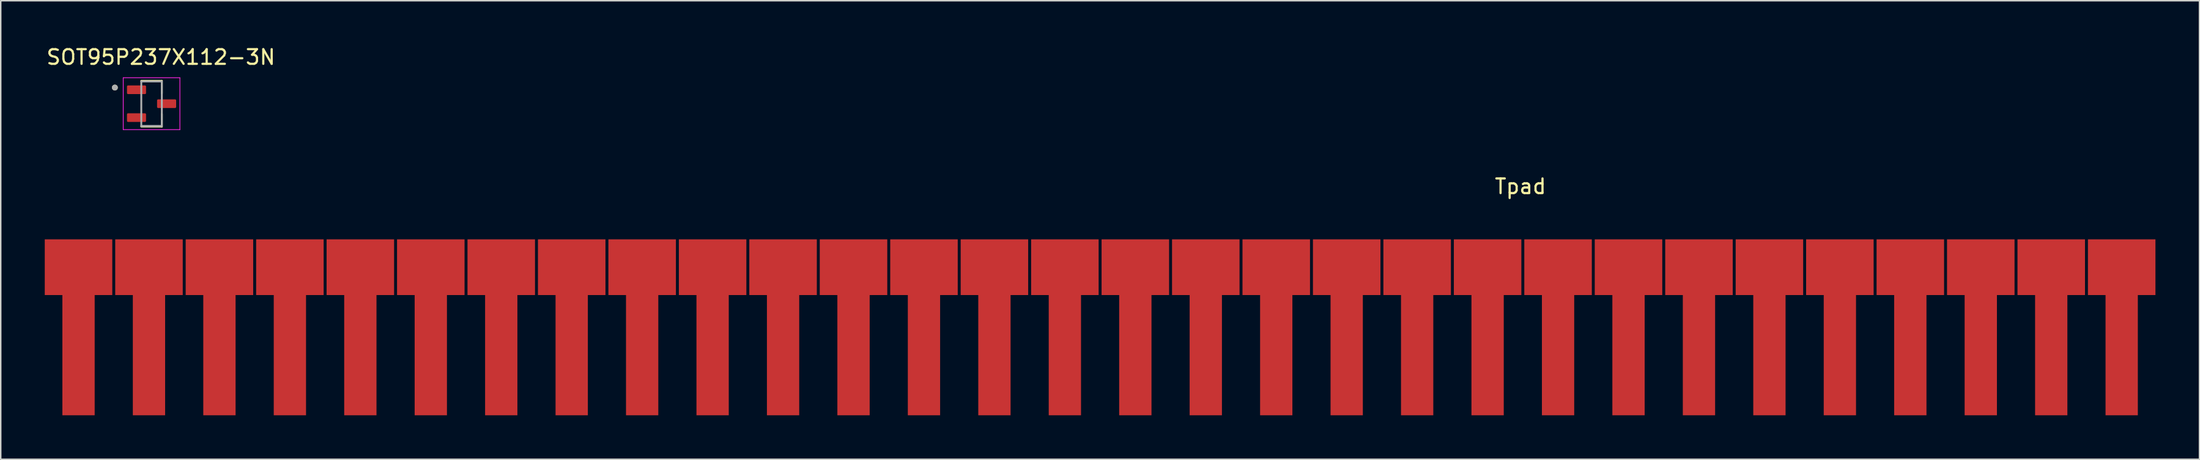
<source format=kicad_pcb>
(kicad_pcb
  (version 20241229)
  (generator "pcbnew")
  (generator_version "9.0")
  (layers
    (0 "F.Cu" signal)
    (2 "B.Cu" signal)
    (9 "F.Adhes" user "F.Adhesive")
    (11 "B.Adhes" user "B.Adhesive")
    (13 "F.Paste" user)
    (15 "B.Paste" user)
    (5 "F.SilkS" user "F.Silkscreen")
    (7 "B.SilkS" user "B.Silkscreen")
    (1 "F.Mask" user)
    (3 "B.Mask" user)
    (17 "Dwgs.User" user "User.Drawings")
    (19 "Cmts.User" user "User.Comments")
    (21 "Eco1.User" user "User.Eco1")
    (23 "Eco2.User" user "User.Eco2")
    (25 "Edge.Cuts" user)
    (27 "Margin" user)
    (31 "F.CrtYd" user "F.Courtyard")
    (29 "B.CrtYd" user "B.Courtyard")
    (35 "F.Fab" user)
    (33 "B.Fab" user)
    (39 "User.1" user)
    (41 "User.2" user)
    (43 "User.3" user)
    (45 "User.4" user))
  (footprint "SOT95P237X112-3N"
    (layer "F.Cu")
    (at 7.276 4.023)
    (property "Reference" "SOT95P237X112-3N" (at 0.635 -3.175 0) (layer "F.SilkS") (effects (font (size 1 1) (thickness 0.15))))
    (attr smd)
    (fp_line (start -0.7 -1.559) (end 0.7 -1.559) (stroke (width 0.127) (type solid)) (layer "F.SilkS"))
    (fp_line (start 0.7 -1.559) (end 0.7 -0.7) (stroke (width 0.127) (type solid)) (layer "F.SilkS"))
    (fp_line (start 0.7 0.7) (end 0.7 1.559) (stroke (width 0.127) (type solid)) (layer "F.SilkS"))
    (fp_line (start 0.7 1.559) (end -0.7 1.559) (stroke (width 0.127) (type solid)) (layer "F.SilkS"))
    (fp_circle (center -2.5 -1.1) (end -2.4 -1.1) (stroke (width 0.2) (type solid)) (fill no) (layer "F.SilkS"))
    (fp_line (start -1.93 -1.77) (end 1.93 -1.77) (stroke (width 0.05) (type solid)) (layer "F.CrtYd"))
    (fp_line (start -1.93 1.77) (end -1.93 -1.77) (stroke (width 0.05) (type solid)) (layer "F.CrtYd"))
    (fp_line (start 1.93 -1.77) (end 1.93 1.77) (stroke (width 0.05) (type solid)) (layer "F.CrtYd"))
    (fp_line (start 1.93 1.77) (end -1.93 1.77) (stroke (width 0.05) (type solid)) (layer "F.CrtYd"))
    (fp_line (start -0.7 -1.52) (end -0.7 1.52) (stroke (width 0.127) (type solid)) (layer "F.Fab"))
    (fp_line (start -0.7 1.52) (end 0.7 1.52) (stroke (width 0.127) (type solid)) (layer "F.Fab"))
    (fp_line (start 0.7 -1.52) (end -0.7 -1.52) (stroke (width 0.127) (type solid)) (layer "F.Fab"))
    (fp_line (start 0.7 1.52) (end 0.7 -1.52) (stroke (width 0.127) (type solid)) (layer "F.Fab"))
    (fp_circle (center -2.5 -1.1) (end -2.4 -1.1) (stroke (width 0.2) (type solid)) (fill no) (layer "F.Fab"))
    (pad "1" smd roundrect (at -1.025 -0.95) (size 1.3 0.59) (layers "F.Cu" "F.Mask" "F.Paste") (roundrect_rratio 0.125))
    (pad "2" smd roundrect (at -1.025 0.95) (size 1.3 0.59) (layers "F.Cu" "F.Mask" "F.Paste") (roundrect_rratio 0.125))
    (pad "3" smd roundrect (at 1.025 0) (size 1.3 0.59) (layers "F.Cu" "F.Mask" "F.Paste") (roundrect_rratio 0.125)))
  (footprint "Tpad"
    (layer "F.Cu")
    (at 74.2 19.076)
    (property "Reference" "Tpad" (at 26.34 -9.41 0) (layer "F.SilkS") (effects (font (size 1 1) (thickness 0.15))))
    (attr through_hole)
    (pad "1" smd rect (at -71.9 -3.9) (size 4.6 3.8) (layers "F.Cu"))
    (pad "1" smd rect (at -71.9 1.95) (size 2.2 8.5) (layers "F.Cu"))
    (pad "2" smd rect (at -67.1 -3.9) (size 4.6 3.8) (layers "F.Cu"))
    (pad "2" smd rect (at -67.1 1.95) (size 2.2 8.5) (layers "F.Cu"))
    (pad "3" smd rect (at -62.3 -3.9) (size 4.6 3.8) (layers "F.Cu"))
    (pad "3" smd rect (at -62.3 1.95) (size 2.2 8.5) (layers "F.Cu"))
    (pad "4" smd rect (at -57.5 -3.9) (size 4.6 3.8) (layers "F.Cu"))
    (pad "4" smd rect (at -57.5 1.95) (size 2.2 8.5) (layers "F.Cu"))
    (pad "5" smd rect (at -52.7 -3.9) (size 4.6 3.8) (layers "F.Cu"))
    (pad "5" smd rect (at -52.7 1.95) (size 2.2 8.5) (layers "F.Cu"))
    (pad "6" smd rect (at -47.9 -3.9) (size 4.6 3.8) (layers "F.Cu"))
    (pad "6" smd rect (at -47.9 1.95) (size 2.2 8.5) (layers "F.Cu"))
    (pad "7" smd rect (at -43.1 -3.9) (size 4.6 3.8) (layers "F.Cu"))
    (pad "7" smd rect (at -43.1 1.95) (size 2.2 8.5) (layers "F.Cu"))
    (pad "8" smd rect (at -38.3 -3.9) (size 4.6 3.8) (layers "F.Cu"))
    (pad "8" smd rect (at -38.3 1.95) (size 2.2 8.5) (layers "F.Cu"))
    (pad "9" smd rect (at -33.5 -3.9) (size 4.6 3.8) (layers "F.Cu"))
    (pad "9" smd rect (at -33.5 1.95) (size 2.2 8.5) (layers "F.Cu"))
    (pad "10" smd rect (at -28.7 -3.9) (size 4.6 3.8) (layers "F.Cu"))
    (pad "10" smd rect (at -28.7 1.95) (size 2.2 8.5) (layers "F.Cu"))
    (pad "11" smd rect (at -23.9 -3.9) (size 4.6 3.8) (layers "F.Cu"))
    (pad "11" smd rect (at -23.9 1.95) (size 2.2 8.5) (layers "F.Cu"))
    (pad "12" smd rect (at -19.1 -3.9) (size 4.6 3.8) (layers "F.Cu"))
    (pad "12" smd rect (at -19.1 1.95) (size 2.2 8.5) (layers "F.Cu"))
    (pad "13" smd rect (at -14.3 -3.9) (size 4.6 3.8) (layers "F.Cu"))
    (pad "13" smd rect (at -14.3 1.95) (size 2.2 8.5) (layers "F.Cu"))
    (pad "14" smd rect (at -9.5 -3.9) (size 4.6 3.8) (layers "F.Cu"))
    (pad "14" smd rect (at -9.5 1.95) (size 2.2 8.5) (layers "F.Cu"))
    (pad "15" smd rect (at -4.7 -3.9) (size 4.6 3.8) (layers "F.Cu"))
    (pad "15" smd rect (at -4.7 1.95) (size 2.2 8.5) (layers "F.Cu"))
    (pad "16" smd rect (at 0.1 -3.9) (size 4.6 3.8) (layers "F.Cu"))
    (pad "16" smd rect (at 0.1 1.95) (size 2.2 8.5) (layers "F.Cu"))
    (pad "17" smd rect (at 4.9 -3.9) (size 4.6 3.8) (layers "F.Cu"))
    (pad "17" smd rect (at 4.9 1.95) (size 2.2 8.5) (layers "F.Cu"))
    (pad "18" smd rect (at 9.7 -3.9) (size 4.6 3.8) (layers "F.Cu"))
    (pad "18" smd rect (at 9.7 1.95) (size 2.2 8.5) (layers "F.Cu"))
    (pad "19" smd rect (at 14.5 -3.9) (size 4.6 3.8) (layers "F.Cu"))
    (pad "19" smd rect (at 14.5 1.95) (size 2.2 8.5) (layers "F.Cu"))
    (pad "20" smd rect (at 19.3 -3.9) (size 4.6 3.8) (layers "F.Cu"))
    (pad "20" smd rect (at 19.3 1.95) (size 2.2 8.5) (layers "F.Cu"))
    (pad "21" smd rect (at 24.1 -3.9) (size 4.6 3.8) (layers "F.Cu"))
    (pad "21" smd rect (at 24.1 1.95) (size 2.2 8.5) (layers "F.Cu"))
    (pad "22" smd rect (at 28.9 -3.9) (size 4.6 3.8) (layers "F.Cu"))
    (pad "22" smd rect (at 28.9 1.95) (size 2.2 8.5) (layers "F.Cu"))
    (pad "23" smd rect (at 33.7 -3.9) (size 4.6 3.8) (layers "F.Cu"))
    (pad "23" smd rect (at 33.7 1.95) (size 2.2 8.5) (layers "F.Cu"))
    (pad "24" smd rect (at 38.5 -3.9) (size 4.6 3.8) (layers "F.Cu"))
    (pad "24" smd rect (at 38.5 1.95) (size 2.2 8.5) (layers "F.Cu"))
    (pad "25" smd rect (at 43.3 -3.9) (size 4.6 3.8) (layers "F.Cu"))
    (pad "25" smd rect (at 43.3 1.95) (size 2.2 8.5) (layers "F.Cu"))
    (pad "26" smd rect (at 48.1 -3.9) (size 4.6 3.8) (layers "F.Cu"))
    (pad "26" smd rect (at 48.1 1.95) (size 2.2 8.5) (layers "F.Cu"))
    (pad "27" smd rect (at 52.9 -3.9) (size 4.6 3.8) (layers "F.Cu"))
    (pad "27" smd rect (at 52.9 1.95) (size 2.2 8.5) (layers "F.Cu"))
    (pad "28" smd rect (at 57.7 -3.9) (size 4.6 3.8) (layers "F.Cu"))
    (pad "28" smd rect (at 57.7 1.95) (size 2.2 8.5) (layers "F.Cu"))
    (pad "29" smd rect (at 62.5 -3.9) (size 4.6 3.8) (layers "F.Cu"))
    (pad "29" smd rect (at 62.5 1.95) (size 2.2 8.5) (layers "F.Cu"))
    (pad "30" smd rect (at 67.3 -3.9) (size 4.6 3.8) (layers "F.Cu"))
    (pad "30" smd rect (at 67.3 1.95) (size 2.2 8.5) (layers "F.Cu")))
  (gr_rect
    (start -3 -3)
    (end 146.8 28.276)
    (stroke (width 0.1) (type default))
    (fill no)
    (layer "Edge.Cuts")))
</source>
